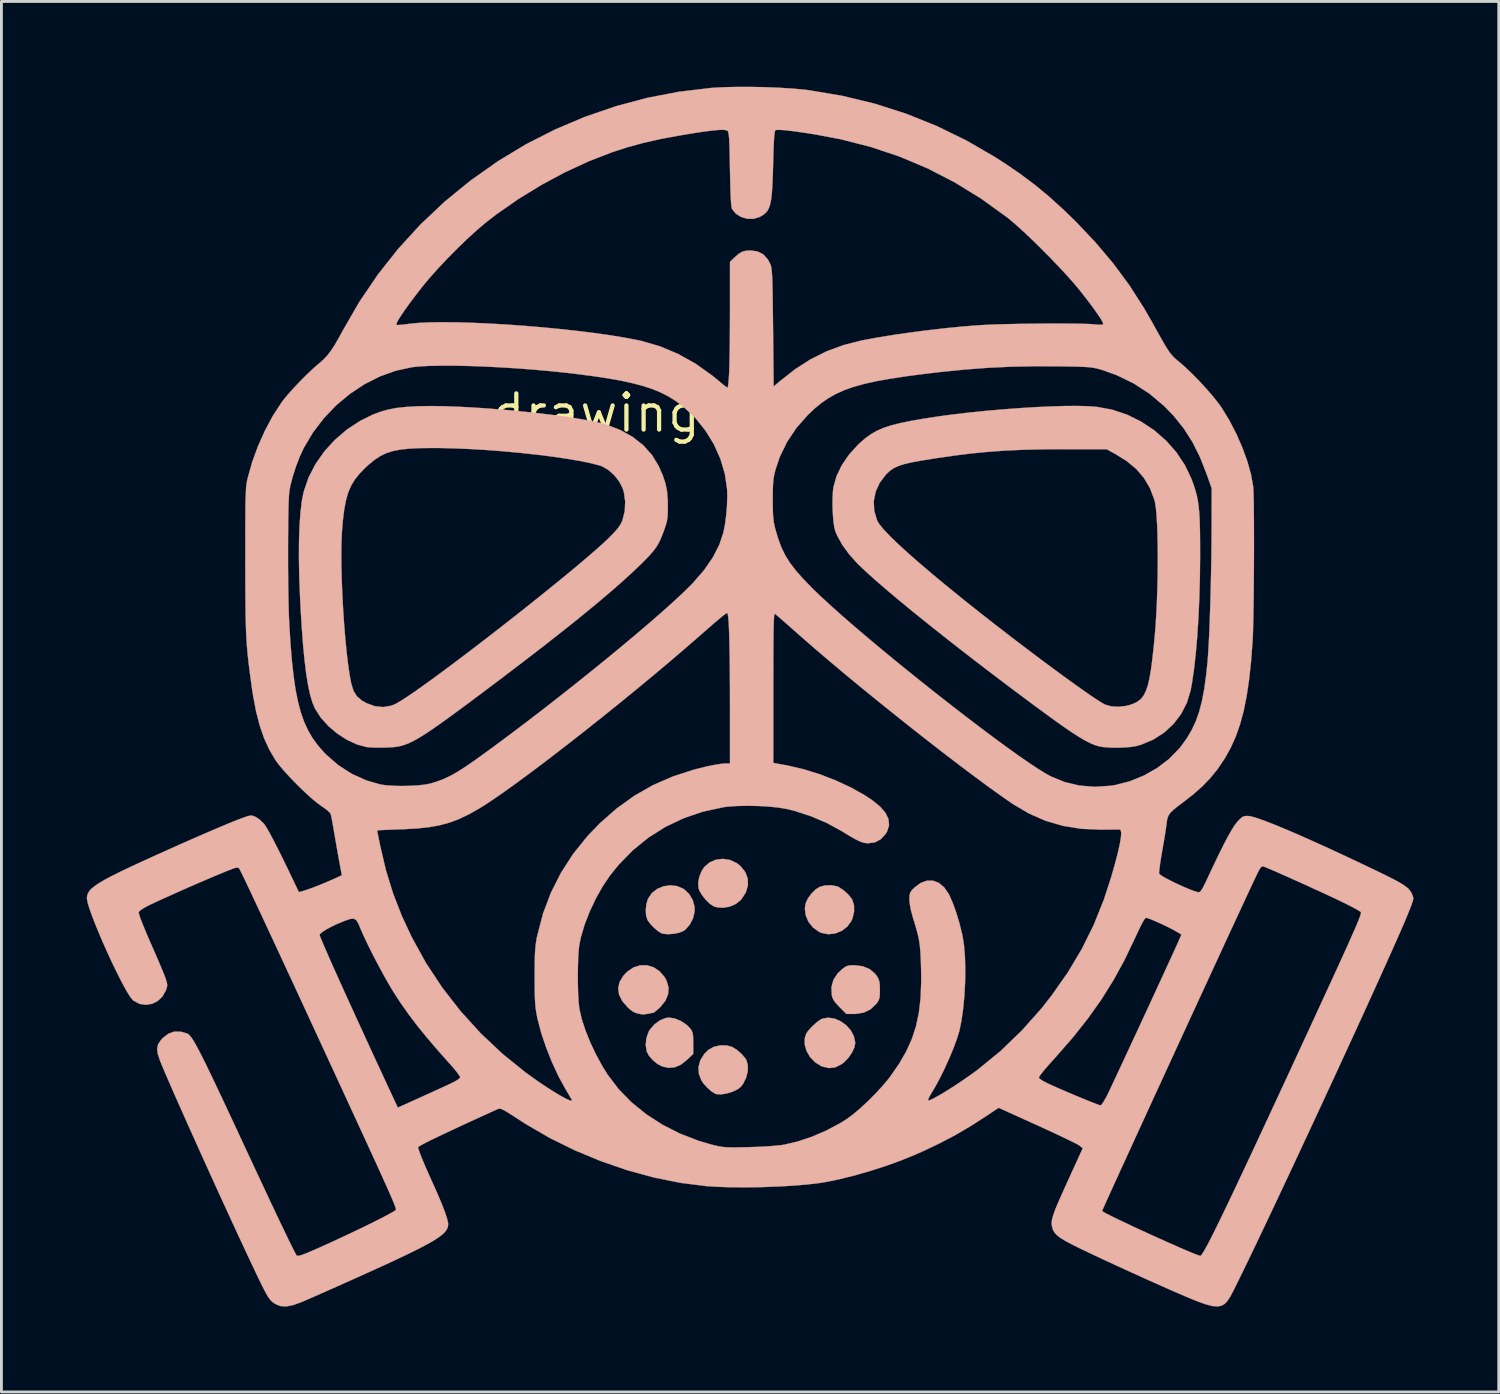
<source format=kicad_pcb>
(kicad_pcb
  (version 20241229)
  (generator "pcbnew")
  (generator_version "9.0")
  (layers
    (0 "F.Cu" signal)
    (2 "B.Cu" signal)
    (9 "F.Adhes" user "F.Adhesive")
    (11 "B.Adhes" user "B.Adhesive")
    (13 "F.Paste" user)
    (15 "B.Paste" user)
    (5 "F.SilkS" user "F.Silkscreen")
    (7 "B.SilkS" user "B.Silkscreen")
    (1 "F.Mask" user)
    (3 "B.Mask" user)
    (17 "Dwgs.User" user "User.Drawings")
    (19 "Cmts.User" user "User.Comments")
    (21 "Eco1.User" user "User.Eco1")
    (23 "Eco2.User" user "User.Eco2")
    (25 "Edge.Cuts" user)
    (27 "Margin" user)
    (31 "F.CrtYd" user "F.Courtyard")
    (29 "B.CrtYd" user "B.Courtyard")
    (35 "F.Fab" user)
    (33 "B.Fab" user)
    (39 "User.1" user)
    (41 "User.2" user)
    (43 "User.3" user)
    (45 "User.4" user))
  (footprint "drawing"
    (layer "F.Cu")
    (at 17.912 11.47)
    (property "Reference" "drawing" (at 0 0 0) (layer "F.SilkS") (effects (font (size 1.27 1.27) (thickness 0.15))))
    (attr through_hole)
    (fp_poly (pts (xy 4.699 15.711) (xy 4.932 15.818) (xy 5.074 15.93) (xy 5.238 16.137) (xy 5.324 16.366) (xy 5.33 16.607) (xy 5.257 16.851) (xy 5.105 17.088) (xy 5.081 17.116) (xy 4.907 17.257) (xy 4.689 17.351) (xy 4.452 17.392) (xy 4.225 17.372) (xy 4.125 17.339) (xy 3.994 17.253) (xy 3.852 17.116) (xy 3.722 16.954) (xy 3.626 16.793) (xy 3.596 16.713) (xy 3.581 16.524) (xy 3.62 16.308) (xy 3.703 16.099) (xy 3.798 15.956) (xy 3.985 15.795) (xy 4.209 15.7) (xy 4.452 15.672) (xy 4.699 15.711)) (stroke (width 0.01) (type solid)) (fill yes) (layer "B.SilkS"))
    (fp_poly (pts (xy 2.755 21.283) (xy 2.964 21.368) (xy 3.156 21.49) (xy 3.293 21.623) (xy 3.349 21.704) (xy 3.383 21.782) (xy 3.401 21.882) (xy 3.407 22.028) (xy 3.408 22.15) (xy 3.408 22.527) (xy 3.193 22.732) (xy 2.972 22.907) (xy 2.757 23.001) (xy 2.535 23.018) (xy 2.312 22.967) (xy 2.145 22.878) (xy 1.982 22.743) (xy 1.848 22.587) (xy 1.774 22.445) (xy 1.737 22.216) (xy 1.762 21.97) (xy 1.843 21.743) (xy 1.887 21.669) (xy 2.048 21.487) (xy 2.24 21.348) (xy 2.44 21.267) (xy 2.561 21.251) (xy 2.755 21.283)) (stroke (width 0.01) (type solid)) (fill yes) (layer "B.SilkS"))
    (fp_poly (pts (xy 8.455 16.636) (xy 8.522 16.663) (xy 8.69 16.773) (xy 8.853 16.921) (xy 8.978 17.077) (xy 9.004 17.121) (xy 9.061 17.309) (xy 9.062 17.53) (xy 9.01 17.755) (xy 8.967 17.855) (xy 8.819 18.057) (xy 8.623 18.206) (xy 8.395 18.296) (xy 8.153 18.321) (xy 7.916 18.275) (xy 7.832 18.238) (xy 7.619 18.086) (xy 7.459 17.887) (xy 7.361 17.657) (xy 7.332 17.413) (xy 7.363 17.223) (xy 7.442 17.057) (xy 7.568 16.887) (xy 7.718 16.742) (xy 7.862 16.652) (xy 8.049 16.605) (xy 8.261 16.6) (xy 8.455 16.636)) (stroke (width 0.01) (type solid)) (fill yes) (layer "B.SilkS"))
    (fp_poly (pts (xy 8.373 21.287) (xy 8.588 21.379) (xy 8.783 21.519) (xy 8.944 21.698) (xy 9.054 21.903) (xy 9.101 22.124) (xy 9.102 22.151) (xy 9.069 22.312) (xy 8.98 22.495) (xy 8.852 22.677) (xy 8.698 22.833) (xy 8.62 22.892) (xy 8.399 23.001) (xy 8.178 23.027) (xy 7.946 22.971) (xy 7.895 22.95) (xy 7.682 22.815) (xy 7.511 22.634) (xy 7.39 22.424) (xy 7.327 22.201) (xy 7.327 21.98) (xy 7.384 21.808) (xy 7.462 21.698) (xy 7.583 21.568) (xy 7.722 21.44) (xy 7.855 21.339) (xy 7.941 21.292) (xy 8.152 21.255) (xy 8.373 21.287)) (stroke (width 0.01) (type solid)) (fill yes) (layer "B.SilkS"))
    (fp_poly (pts (xy 4.775 22.283) (xy 4.788 22.289) (xy 4.955 22.397) (xy 5.117 22.539) (xy 5.242 22.689) (xy 5.274 22.741) (xy 5.327 22.925) (xy 5.323 23.142) (xy 5.266 23.368) (xy 5.162 23.578) (xy 5.086 23.679) (xy 4.965 23.773) (xy 4.794 23.855) (xy 4.599 23.916) (xy 4.407 23.949) (xy 4.247 23.947) (xy 4.191 23.932) (xy 4.055 23.851) (xy 3.906 23.721) (xy 3.769 23.57) (xy 3.697 23.465) (xy 3.606 23.232) (xy 3.593 22.99) (xy 3.657 22.752) (xy 3.794 22.531) (xy 3.949 22.379) (xy 4.13 22.28) (xy 4.35 22.229) (xy 4.576 22.229) (xy 4.775 22.283)) (stroke (width 0.01) (type solid)) (fill yes) (layer "B.SilkS"))
    (fp_poly (pts (xy 2.843 16.629) (xy 3.066 16.726) (xy 3.089 16.742) (xy 3.266 16.91) (xy 3.392 17.125) (xy 3.456 17.361) (xy 3.457 17.532) (xy 3.398 17.769) (xy 3.285 17.985) (xy 3.135 18.155) (xy 3.067 18.205) (xy 2.92 18.266) (xy 2.731 18.305) (xy 2.532 18.32) (xy 2.359 18.307) (xy 2.286 18.286) (xy 2.171 18.215) (xy 2.035 18.099) (xy 1.906 17.966) (xy 1.81 17.84) (xy 1.796 17.814) (xy 1.75 17.662) (xy 1.739 17.466) (xy 1.761 17.261) (xy 1.815 17.081) (xy 1.817 17.077) (xy 1.95 16.878) (xy 2.137 16.73) (xy 2.36 16.636) (xy 2.602 16.601) (xy 2.843 16.629)) (stroke (width 0.01) (type solid)) (fill yes) (layer "B.SilkS"))
    (fp_poly (pts (xy 1.79 19.414) (xy 2.021 19.486) (xy 2.229 19.627) (xy 2.403 19.832) (xy 2.472 19.957) (xy 2.54 20.191) (xy 2.525 20.427) (xy 2.429 20.658) (xy 2.255 20.878) (xy 2.204 20.926) (xy 2.103 21.013) (xy 2.027 21.07) (xy 2 21.083) (xy 1.941 21.092) (xy 1.837 21.113) (xy 1.82 21.117) (xy 1.695 21.136) (xy 1.592 21.136) (xy 1.587 21.135) (xy 1.424 21.101) (xy 1.305 21.052) (xy 1.19 20.969) (xy 1.116 20.903) (xy 0.917 20.678) (xy 0.801 20.449) (xy 0.769 20.22) (xy 0.821 19.994) (xy 0.957 19.774) (xy 1.092 19.634) (xy 1.313 19.485) (xy 1.55 19.413) (xy 1.79 19.414)) (stroke (width 0.01) (type solid)) (fill yes) (layer "B.SilkS"))
    (fp_poly (pts (xy 9.359 19.446) (xy 9.604 19.545) (xy 9.796 19.704) (xy 9.856 19.782) (xy 9.916 19.885) (xy 9.95 19.984) (xy 9.966 20.111) (xy 9.97 20.281) (xy 9.967 20.453) (xy 9.953 20.568) (xy 9.921 20.655) (xy 9.864 20.74) (xy 9.84 20.771) (xy 9.64 20.961) (xy 9.398 21.078) (xy 9.112 21.124) (xy 9.065 21.124) (xy 8.792 21.124) (xy 8.549 20.881) (xy 8.415 20.737) (xy 8.334 20.623) (xy 8.29 20.515) (xy 8.277 20.458) (xy 8.266 20.179) (xy 8.333 19.93) (xy 8.479 19.704) (xy 8.651 19.541) (xy 8.756 19.465) (xy 8.853 19.426) (xy 8.979 19.412) (xy 9.074 19.411) (xy 9.359 19.446)) (stroke (width 0.01) (type solid)) (fill yes) (layer "B.SilkS"))
    (fp_poly (pts (xy 17.278 -0.241) (xy 17.584 -0.219) (xy 17.601 -0.217) (xy 18.14 -0.117) (xy 18.661 0.058) (xy 19.156 0.303) (xy 19.616 0.609) (xy 20.031 0.971) (xy 20.393 1.381) (xy 20.693 1.832) (xy 20.916 2.302) (xy 20.992 2.505) (xy 21.054 2.694) (xy 21.105 2.879) (xy 21.145 3.07) (xy 21.175 3.28) (xy 21.197 3.518) (xy 21.212 3.796) (xy 21.221 4.123) (xy 21.225 4.512) (xy 21.226 4.973) (xy 21.226 5.059) (xy 21.218 5.794) (xy 21.198 6.511) (xy 21.167 7.2) (xy 21.126 7.85) (xy 21.074 8.452) (xy 21.013 8.996) (xy 20.943 9.473) (xy 20.891 9.758) (xy 20.76 10.187) (xy 20.557 10.581) (xy 20.289 10.932) (xy 19.962 11.233) (xy 19.584 11.476) (xy 19.162 11.655) (xy 18.988 11.705) (xy 18.8 11.737) (xy 18.56 11.757) (xy 18.297 11.765) (xy 18.038 11.759) (xy 17.81 11.74) (xy 17.653 11.711) (xy 17.534 11.674) (xy 17.406 11.623) (xy 17.265 11.555) (xy 17.103 11.467) (xy 16.917 11.354) (xy 16.7 11.212) (xy 16.447 11.04) (xy 16.153 10.831) (xy 15.811 10.584) (xy 15.417 10.294) (xy 14.965 9.958) (xy 14.668 9.736) (xy 14.017 9.245) (xy 13.382 8.76) (xy 12.768 8.285) (xy 12.179 7.823) (xy 11.622 7.38) (xy 11.102 6.96) (xy 10.624 6.566) (xy 10.192 6.203) (xy 9.813 5.875) (xy 9.492 5.587) (xy 9.233 5.342) (xy 9.184 5.294) (xy 8.892 4.97) (xy 8.648 4.634) (xy 8.466 4.305) (xy 8.401 4.149) (xy 8.364 3.996) (xy 8.334 3.781) (xy 8.314 3.527) (xy 8.304 3.256) (xy 8.305 3.097) (xy 9.754 3.097) (xy 9.77 3.434) (xy 9.869 3.77) (xy 9.872 3.777) (xy 9.954 3.912) (xy 10.103 4.094) (xy 10.318 4.32) (xy 10.596 4.591) (xy 10.936 4.903) (xy 11.336 5.254) (xy 11.794 5.645) (xy 12.308 6.071) (xy 12.876 6.532) (xy 13.102 6.713) (xy 13.511 7.038) (xy 13.935 7.37) (xy 14.368 7.705) (xy 14.803 8.039) (xy 15.234 8.366) (xy 15.655 8.682) (xy 16.059 8.982) (xy 16.44 9.262) (xy 16.793 9.517) (xy 17.109 9.742) (xy 17.384 9.933) (xy 17.611 10.085) (xy 17.783 10.193) (xy 17.886 10.249) (xy 18.096 10.31) (xy 18.349 10.326) (xy 18.616 10.296) (xy 18.744 10.265) (xy 18.9 10.21) (xy 19.032 10.141) (xy 19.144 10.051) (xy 19.239 9.931) (xy 19.319 9.774) (xy 19.388 9.574) (xy 19.447 9.322) (xy 19.5 9.012) (xy 19.549 8.635) (xy 19.598 8.185) (xy 19.622 7.938) (xy 19.657 7.529) (xy 19.685 7.088) (xy 19.707 6.625) (xy 19.724 6.15) (xy 19.734 5.673) (xy 19.738 5.205) (xy 19.737 4.754) (xy 19.729 4.333) (xy 19.716 3.949) (xy 19.696 3.614) (xy 19.671 3.338) (xy 19.639 3.131) (xy 19.619 3.048) (xy 19.463 2.64) (xy 19.253 2.283) (xy 18.983 1.968) (xy 18.644 1.687) (xy 18.248 1.441) (xy 17.938 1.27) (xy 16.411 1.27) (xy 15.677 1.275) (xy 15.007 1.291) (xy 14.381 1.32) (xy 13.778 1.363) (xy 13.179 1.421) (xy 12.563 1.498) (xy 11.91 1.593) (xy 11.429 1.671) (xy 11.097 1.731) (xy 10.835 1.791) (xy 10.628 1.857) (xy 10.463 1.933) (xy 10.325 2.027) (xy 10.2 2.143) (xy 10.187 2.158) (xy 9.963 2.451) (xy 9.819 2.767) (xy 9.754 3.097) (xy 8.305 3.097) (xy 8.305 2.991) (xy 8.318 2.754) (xy 8.337 2.603) (xy 8.444 2.219) (xy 8.629 1.835) (xy 8.885 1.461) (xy 9.208 1.106) (xy 9.27 1.047) (xy 9.461 0.882) (xy 9.655 0.742) (xy 9.862 0.624) (xy 10.096 0.522) (xy 10.367 0.433) (xy 10.687 0.352) (xy 11.068 0.274) (xy 11.52 0.195) (xy 12.026 0.118) (xy 12.569 0.046) (xy 13.136 -0.02) (xy 13.717 -0.079) (xy 14.302 -0.13) (xy 14.879 -0.173) (xy 15.439 -0.208) (xy 15.969 -0.232) (xy 16.459 -0.247) (xy 16.899 -0.25) (xy 17.278 -0.241)) (stroke (width 0.01) (type solid)) (fill yes) (layer "B.SilkS"))
    (fp_poly (pts (xy -5.404 -0.241) (xy -4.904 -0.224) (xy -4.37 -0.197) (xy -3.816 -0.16) (xy -3.25 -0.115) (xy -2.684 -0.063) (xy -2.128 -0.004) (xy -1.594 0.059) (xy -1.092 0.127) (xy -0.633 0.198) (xy -0.227 0.271) (xy 0.115 0.344) (xy 0.36 0.411) (xy 0.851 0.601) (xy 1.284 0.843) (xy 1.653 1.135) (xy 1.956 1.474) (xy 2.189 1.855) (xy 2.194 1.866) (xy 2.335 2.185) (xy 2.43 2.47) (xy 2.487 2.753) (xy 2.512 3.067) (xy 2.515 3.26) (xy 2.514 3.484) (xy 2.504 3.653) (xy 2.483 3.794) (xy 2.445 3.937) (xy 2.386 4.11) (xy 2.383 4.119) (xy 2.297 4.346) (xy 2.213 4.533) (xy 2.118 4.698) (xy 2 4.857) (xy 1.848 5.03) (xy 1.648 5.234) (xy 1.558 5.323) (xy 1.223 5.641) (xy 0.845 5.984) (xy 0.42 6.353) (xy -0.054 6.753) (xy -0.581 7.184) (xy -1.163 7.65) (xy -1.805 8.154) (xy -2.508 8.696) (xy -3.277 9.282) (xy -3.916 9.763) (xy -4.401 10.126) (xy -4.825 10.441) (xy -5.193 10.71) (xy -5.512 10.939) (xy -5.787 11.13) (xy -6.023 11.287) (xy -6.227 11.413) (xy -6.404 11.514) (xy -6.56 11.591) (xy -6.7 11.649) (xy -6.83 11.691) (xy -6.956 11.721) (xy -6.98 11.726) (xy -7.134 11.745) (xy -7.341 11.757) (xy -7.572 11.762) (xy -7.799 11.76) (xy -7.99 11.75) (xy -8.086 11.739) (xy -8.427 11.645) (xy -8.775 11.482) (xy -9.111 11.264) (xy -9.419 11.003) (xy -9.681 10.712) (xy -9.88 10.405) (xy -9.901 10.365) (xy -9.986 10.154) (xy -10.064 9.884) (xy -10.135 9.552) (xy -10.199 9.155) (xy -10.256 8.689) (xy -10.308 8.151) (xy -10.354 7.537) (xy -10.396 6.843) (xy -10.413 6.498) (xy -10.442 5.771) (xy -10.454 5.1) (xy -10.453 4.899) (xy -8.964 4.899) (xy -8.961 5.359) (xy -8.949 5.854) (xy -8.928 6.371) (xy -8.9 6.896) (xy -8.865 7.418) (xy -8.824 7.922) (xy -8.778 8.395) (xy -8.727 8.824) (xy -8.673 9.196) (xy -8.617 9.498) (xy -8.611 9.523) (xy -8.533 9.769) (xy -8.417 9.955) (xy -8.246 10.104) (xy -8.079 10.199) (xy -7.783 10.306) (xy -7.488 10.336) (xy -7.205 10.287) (xy -7.044 10.219) (xy -6.868 10.116) (xy -6.632 9.963) (xy -6.344 9.766) (xy -6.011 9.529) (xy -5.637 9.258) (xy -5.23 8.957) (xy -4.796 8.632) (xy -4.342 8.287) (xy -3.873 7.927) (xy -3.396 7.557) (xy -2.917 7.183) (xy -2.442 6.808) (xy -1.979 6.438) (xy -1.533 6.078) (xy -1.11 5.733) (xy -0.717 5.408) (xy -0.361 5.107) (xy -0.047 4.836) (xy 0.219 4.6) (xy 0.429 4.403) (xy 0.469 4.362) (xy 0.643 4.183) (xy 0.765 4.041) (xy 0.85 3.916) (xy 0.911 3.79) (xy 0.924 3.755) (xy 1 3.447) (xy 1.016 3.113) (xy 0.971 2.788) (xy 0.924 2.637) (xy 0.804 2.404) (xy 0.631 2.185) (xy 0.426 2.003) (xy 0.209 1.875) (xy 0.128 1.846) (xy -0.189 1.764) (xy -0.578 1.684) (xy -1.03 1.607) (xy -1.532 1.533) (xy -2.074 1.465) (xy -2.643 1.403) (xy -3.229 1.348) (xy -3.821 1.302) (xy -4.406 1.266) (xy -4.973 1.242) (xy -5.512 1.229) (xy -5.736 1.228) (xy -6.185 1.233) (xy -6.562 1.25) (xy -6.879 1.283) (xy -7.148 1.335) (xy -7.383 1.41) (xy -7.595 1.513) (xy -7.795 1.645) (xy -7.998 1.811) (xy -8.131 1.934) (xy -8.33 2.139) (xy -8.492 2.343) (xy -8.622 2.559) (xy -8.724 2.8) (xy -8.803 3.078) (xy -8.864 3.405) (xy -8.911 3.795) (xy -8.94 4.137) (xy -8.957 4.487) (xy -8.964 4.899) (xy -10.453 4.899) (xy -10.451 4.49) (xy -10.432 3.947) (xy -10.397 3.473) (xy -10.348 3.074) (xy -10.286 2.766) (xy -10.117 2.271) (xy -9.873 1.797) (xy -9.561 1.35) (xy -9.189 0.942) (xy -8.765 0.579) (xy -8.297 0.273) (xy -7.862 0.058) (xy -7.591 -0.045) (xy -7.321 -0.122) (xy -7.033 -0.177) (xy -6.704 -0.214) (xy -6.315 -0.237) (xy -6.265 -0.239) (xy -5.862 -0.246) (xy -5.404 -0.241)) (stroke (width 0.01) (type solid)) (fill yes) (layer "B.SilkS"))
    (fp_poly (pts (xy 5.423 -11.465) (xy 5.918 -11.456) (xy 6.405 -11.437) (xy 6.863 -11.409) (xy 7.271 -11.373) (xy 7.478 -11.348) (xy 8.65 -11.15) (xy 9.786 -10.876) (xy 10.89 -10.523) (xy 11.963 -10.092) (xy 13.009 -9.582) (xy 14.029 -8.991) (xy 14.362 -8.776) (xy 14.91 -8.402) (xy 15.416 -8.022) (xy 15.902 -7.621) (xy 16.391 -7.18) (xy 16.852 -6.733) (xy 17.549 -5.998) (xy 18.175 -5.256) (xy 18.74 -4.49) (xy 19.256 -3.685) (xy 19.54 -3.191) (xy 19.718 -2.869) (xy 19.862 -2.612) (xy 19.979 -2.41) (xy 20.074 -2.254) (xy 20.155 -2.134) (xy 20.228 -2.04) (xy 20.299 -1.963) (xy 20.375 -1.893) (xy 20.463 -1.82) (xy 20.481 -1.806) (xy 20.693 -1.623) (xy 20.935 -1.392) (xy 21.19 -1.132) (xy 21.442 -0.859) (xy 21.673 -0.592) (xy 21.867 -0.349) (xy 21.977 -0.196) (xy 22.248 0.246) (xy 22.494 0.72) (xy 22.709 1.208) (xy 22.885 1.692) (xy 23.014 2.154) (xy 23.091 2.576) (xy 23.092 2.593) (xy 23.1 2.707) (xy 23.106 2.896) (xy 23.112 3.151) (xy 23.115 3.46) (xy 23.118 3.815) (xy 23.119 4.206) (xy 23.12 4.623) (xy 23.119 5.057) (xy 23.117 5.496) (xy 23.114 5.932) (xy 23.11 6.356) (xy 23.105 6.756) (xy 23.099 7.123) (xy 23.092 7.449) (xy 23.085 7.721) (xy 23.076 7.932) (xy 23.072 8.001) (xy 23.018 8.724) (xy 22.948 9.371) (xy 22.862 9.951) (xy 22.757 10.473) (xy 22.63 10.943) (xy 22.479 11.372) (xy 22.302 11.766) (xy 22.097 12.134) (xy 21.862 12.485) (xy 21.816 12.546) (xy 21.57 12.848) (xy 21.295 13.131) (xy 20.974 13.414) (xy 20.638 13.675) (xy 20.43 13.832) (xy 20.28 13.955) (xy 20.178 14.055) (xy 20.114 14.148) (xy 20.077 14.245) (xy 20.056 14.361) (xy 20.05 14.415) (xy 20.033 14.542) (xy 20.004 14.733) (xy 19.967 14.967) (xy 19.923 15.223) (xy 19.892 15.401) (xy 19.851 15.642) (xy 19.818 15.857) (xy 19.795 16.031) (xy 19.784 16.149) (xy 19.785 16.193) (xy 19.834 16.239) (xy 19.946 16.31) (xy 20.105 16.396) (xy 20.296 16.492) (xy 20.502 16.589) (xy 20.707 16.681) (xy 20.897 16.759) (xy 21.054 16.817) (xy 21.164 16.846) (xy 21.188 16.849) (xy 21.244 16.808) (xy 21.322 16.69) (xy 21.421 16.494) (xy 21.428 16.478) (xy 21.666 15.97) (xy 21.874 15.536) (xy 22.054 15.174) (xy 22.208 14.88) (xy 22.338 14.651) (xy 22.445 14.482) (xy 22.531 14.372) (xy 22.64 14.258) (xy 22.722 14.194) (xy 22.802 14.168) (xy 22.906 14.163) (xy 22.908 14.163) (xy 23.034 14.183) (xy 23.231 14.241) (xy 23.497 14.335) (xy 23.828 14.464) (xy 24.22 14.625) (xy 24.67 14.818) (xy 25.174 15.042) (xy 25.73 15.294) (xy 26.333 15.574) (xy 26.966 15.873) (xy 27.363 16.062) (xy 27.691 16.221) (xy 27.956 16.353) (xy 28.167 16.464) (xy 28.33 16.559) (xy 28.453 16.642) (xy 28.544 16.718) (xy 28.609 16.793) (xy 28.657 16.871) (xy 28.693 16.956) (xy 28.72 17.033) (xy 28.72 17.074) (xy 28.703 17.148) (xy 28.668 17.258) (xy 28.611 17.409) (xy 28.533 17.605) (xy 28.43 17.85) (xy 28.302 18.148) (xy 28.146 18.502) (xy 27.961 18.918) (xy 27.745 19.399) (xy 27.497 19.948) (xy 27.242 20.511) (xy 26.95 21.151) (xy 26.648 21.81) (xy 26.339 22.483) (xy 26.025 23.165) (xy 25.708 23.85) (xy 25.391 24.534) (xy 25.076 25.211) (xy 24.766 25.877) (xy 24.463 26.525) (xy 24.169 27.152) (xy 23.887 27.751) (xy 23.619 28.318) (xy 23.367 28.848) (xy 23.135 29.335) (xy 22.924 29.775) (xy 22.736 30.162) (xy 22.575 30.491) (xy 22.443 30.758) (xy 22.342 30.956) (xy 22.288 31.056) (xy 22.191 31.208) (xy 22.088 31.317) (xy 21.97 31.383) (xy 21.825 31.407) (xy 21.645 31.39) (xy 21.42 31.33) (xy 21.138 31.23) (xy 20.828 31.104) (xy 20.511 30.968) (xy 20.134 30.803) (xy 19.713 30.616) (xy 19.262 30.414) (xy 18.799 30.204) (xy 18.338 29.993) (xy 17.896 29.789) (xy 17.489 29.598) (xy 17.132 29.428) (xy 17.039 29.384) (xy 16.734 29.233) (xy 16.498 29.107) (xy 16.321 29) (xy 16.195 28.903) (xy 16.109 28.81) (xy 16.054 28.713) (xy 16.022 28.605) (xy 16.018 28.586) (xy 16.008 28.508) (xy 16.01 28.425) (xy 16.025 28.328) (xy 16.059 28.208) (xy 16.112 28.055) (xy 16.114 28.05) (xy 17.78 28.05) (xy 17.817 28.079) (xy 17.923 28.138) (xy 18.087 28.221) (xy 18.3 28.326) (xy 18.553 28.446) (xy 18.836 28.58) (xy 19.139 28.721) (xy 19.454 28.865) (xy 19.771 29.009) (xy 20.08 29.148) (xy 20.372 29.277) (xy 20.637 29.393) (xy 20.866 29.49) (xy 21.05 29.565) (xy 21.178 29.613) (xy 21.241 29.63) (xy 21.275 29.595) (xy 21.34 29.496) (xy 21.428 29.345) (xy 21.531 29.153) (xy 21.632 28.957) (xy 21.756 28.708) (xy 21.892 28.429) (xy 22.043 28.118) (xy 22.21 27.771) (xy 22.394 27.385) (xy 22.597 26.956) (xy 22.82 26.481) (xy 23.066 25.957) (xy 23.335 25.38) (xy 23.63 24.746) (xy 23.952 24.053) (xy 24.303 23.297) (xy 24.683 22.474) (xy 25.096 21.581) (xy 25.541 20.614) (xy 25.576 20.539) (xy 25.835 19.977) (xy 26.06 19.487) (xy 26.252 19.064) (xy 26.415 18.705) (xy 26.55 18.403) (xy 26.659 18.156) (xy 26.744 17.957) (xy 26.806 17.803) (xy 26.849 17.69) (xy 26.874 17.611) (xy 26.882 17.563) (xy 26.878 17.543) (xy 26.824 17.504) (xy 26.708 17.437) (xy 26.544 17.349) (xy 26.345 17.248) (xy 26.213 17.183) (xy 26.027 17.093) (xy 25.794 16.984) (xy 25.528 16.861) (xy 25.238 16.728) (xy 24.937 16.59) (xy 24.635 16.454) (xy 24.345 16.323) (xy 24.076 16.204) (xy 23.842 16.101) (xy 23.652 16.019) (xy 23.519 15.963) (xy 23.46 15.941) (xy 23.419 15.935) (xy 23.381 15.952) (xy 23.337 16.004) (xy 23.28 16.102) (xy 23.203 16.259) (xy 23.13 16.412) (xy 23.026 16.635) (xy 22.894 16.917) (xy 22.739 17.251) (xy 22.561 17.634) (xy 22.364 18.06) (xy 22.149 18.523) (xy 21.92 19.02) (xy 21.678 19.544) (xy 21.426 20.091) (xy 21.166 20.655) (xy 20.9 21.232) (xy 20.631 21.817) (xy 20.361 22.404) (xy 20.092 22.988) (xy 19.827 23.565) (xy 19.568 24.128) (xy 19.318 24.674) (xy 19.078 25.197) (xy 18.851 25.692) (xy 18.64 26.154) (xy 18.446 26.577) (xy 18.273 26.957) (xy 18.122 27.289) (xy 17.995 27.568) (xy 17.895 27.788) (xy 17.825 27.945) (xy 17.787 28.033) (xy 17.78 28.05) (xy 16.114 28.05) (xy 16.19 27.861) (xy 16.295 27.618) (xy 16.43 27.316) (xy 16.594 26.955) (xy 17.1 25.845) (xy 16.99 25.754) (xy 16.926 25.715) (xy 16.795 25.647) (xy 16.605 25.553) (xy 16.368 25.439) (xy 16.092 25.309) (xy 15.786 25.168) (xy 15.511 25.042) (xy 14.144 24.422) (xy 13.708 24.713) (xy 13.163 25.064) (xy 12.631 25.376) (xy 12.085 25.664) (xy 11.496 25.944) (xy 11.197 26.076) (xy 10.712 26.274) (xy 10.186 26.464) (xy 9.64 26.64) (xy 9.094 26.797) (xy 8.569 26.929) (xy 8.085 27.029) (xy 7.815 27.072) (xy 7.389 27.121) (xy 6.9 27.161) (xy 6.369 27.191) (xy 5.818 27.211) (xy 5.267 27.219) (xy 4.739 27.216) (xy 4.253 27.201) (xy 3.873 27.176) (xy 2.964 27.062) (xy 2.033 26.875) (xy 1.095 26.619) (xy 0.163 26.298) (xy -0.751 25.919) (xy -1.634 25.484) (xy -2.473 24.998) (xy -2.719 24.84) (xy -2.948 24.691) (xy -3.119 24.582) (xy -3.241 24.511) (xy -3.327 24.469) (xy -3.388 24.453) (xy -3.435 24.456) (xy -3.468 24.469) (xy -4.032 24.725) (xy -4.539 24.957) (xy -4.985 25.165) (xy -5.37 25.345) (xy -5.689 25.498) (xy -5.941 25.622) (xy -6.123 25.716) (xy -6.231 25.778) (xy -6.265 25.807) (xy -6.248 25.885) (xy -6.197 26.029) (xy -6.117 26.232) (xy -6.011 26.484) (xy -5.883 26.775) (xy -5.778 27.009) (xy -5.59 27.428) (xy -5.439 27.786) (xy -5.324 28.081) (xy -5.248 28.308) (xy -5.211 28.465) (xy -5.207 28.509) (xy -5.214 28.589) (xy -5.239 28.667) (xy -5.286 28.746) (xy -5.36 28.83) (xy -5.465 28.92) (xy -5.606 29.02) (xy -5.786 29.131) (xy -6.012 29.256) (xy -6.286 29.398) (xy -6.614 29.56) (xy -7 29.743) (xy -7.449 29.952) (xy -7.965 30.187) (xy -8.552 30.452) (xy -8.803 30.564) (xy -9.123 30.707) (xy -9.436 30.846) (xy -9.728 30.976) (xy -9.988 31.09) (xy -10.2 31.182) (xy -10.353 31.248) (xy -10.387 31.262) (xy -10.671 31.362) (xy -10.905 31.406) (xy -11.1 31.393) (xy -11.239 31.341) (xy -11.33 31.289) (xy -11.407 31.23) (xy -11.478 31.154) (xy -11.551 31.047) (xy -11.635 30.899) (xy -11.738 30.698) (xy -11.865 30.438) (xy -12.027 30.099) (xy -12.211 29.709) (xy -12.413 29.276) (xy -12.631 28.808) (xy -12.86 28.312) (xy -13.097 27.795) (xy -13.34 27.265) (xy -13.583 26.729) (xy -13.825 26.196) (xy -14.061 25.672) (xy -14.289 25.165) (xy -14.504 24.683) (xy -14.704 24.234) (xy -14.885 23.824) (xy -15.043 23.461) (xy -15.176 23.153) (xy -15.279 22.908) (xy -15.344 22.747) (xy -15.418 22.52) (xy -15.439 22.34) (xy -15.402 22.187) (xy -15.306 22.042) (xy -15.24 21.971) (xy -15.042 21.817) (xy -14.832 21.744) (xy -14.598 21.749) (xy -14.389 21.808) (xy -14.35 21.828) (xy -14.307 21.865) (xy -14.258 21.922) (xy -14.2 22.003) (xy -14.131 22.114) (xy -14.05 22.258) (xy -13.953 22.439) (xy -13.839 22.663) (xy -13.705 22.934) (xy -13.55 23.255) (xy -13.37 23.632) (xy -13.164 24.068) (xy -12.929 24.569) (xy -12.663 25.138) (xy -12.384 25.739) (xy -12.046 26.463) (xy -11.742 27.113) (xy -11.472 27.689) (xy -11.235 28.192) (xy -11.031 28.619) (xy -10.862 28.971) (xy -10.727 29.248) (xy -10.626 29.449) (xy -10.559 29.573) (xy -10.53 29.619) (xy -10.494 29.63) (xy -10.425 29.619) (xy -10.314 29.583) (xy -10.15 29.519) (xy -9.927 29.423) (xy -9.694 29.32) (xy -9.345 29.162) (xy -8.992 28.999) (xy -8.643 28.835) (xy -8.307 28.675) (xy -7.994 28.522) (xy -7.711 28.381) (xy -7.467 28.257) (xy -7.271 28.152) (xy -7.131 28.073) (xy -7.056 28.022) (xy -7.045 28.01) (xy -7.043 27.995) (xy -7.047 27.969) (xy -7.058 27.929) (xy -7.078 27.87) (xy -7.109 27.79) (xy -7.152 27.684) (xy -7.211 27.548) (xy -7.285 27.379) (xy -7.377 27.172) (xy -7.489 26.925) (xy -7.622 26.632) (xy -7.778 26.289) (xy -7.959 25.895) (xy -8.166 25.443) (xy -8.402 24.931) (xy -8.668 24.354) (xy -8.965 23.709) (xy -9.296 22.991) (xy -9.367 22.839) (xy -9.809 21.881) (xy -10.216 21) (xy -10.589 20.193) (xy -10.929 19.461) (xy -11.234 18.802) (xy -11.449 18.34) (xy -9.728 18.34) (xy -9.713 18.391) (xy -9.665 18.513) (xy -9.585 18.702) (xy -9.476 18.953) (xy -9.341 19.26) (xy -9.181 19.619) (xy -8.999 20.024) (xy -8.797 20.47) (xy -8.577 20.953) (xy -8.342 21.467) (xy -8.094 22.007) (xy -7.836 22.569) (xy -7.568 23.146) (xy -7.453 23.395) (xy -6.978 24.417) (xy -6.251 24.089) (xy -5.99 23.97) (xy -5.725 23.85) (xy -5.478 23.737) (xy -5.27 23.642) (xy -5.154 23.588) (xy -4.962 23.492) (xy -4.837 23.413) (xy -4.785 23.356) (xy -4.784 23.349) (xy -4.811 23.294) (xy -4.885 23.191) (xy -4.994 23.055) (xy -5.128 22.901) (xy -5.133 22.896) (xy -5.575 22.398) (xy -5.962 21.945) (xy -6.302 21.526) (xy -6.602 21.13) (xy -6.872 20.747) (xy -7.12 20.365) (xy -7.247 20.156) (xy -7.402 19.887) (xy -7.57 19.582) (xy -7.742 19.258) (xy -7.909 18.934) (xy -8.06 18.628) (xy -8.188 18.356) (xy -8.284 18.137) (xy -8.294 18.111) (xy -8.371 17.931) (xy -8.442 17.821) (xy -8.525 17.774) (xy -8.641 17.782) (xy -8.807 17.837) (xy -8.875 17.862) (xy -9.107 17.959) (xy -9.322 18.061) (xy -9.504 18.16) (xy -9.64 18.248) (xy -9.717 18.318) (xy -9.728 18.34) (xy -11.449 18.34) (xy -11.507 18.216) (xy -11.747 17.7) (xy -11.955 17.256) (xy -12.131 16.881) (xy -12.276 16.574) (xy -12.39 16.336) (xy -12.474 16.164) (xy -12.527 16.058) (xy -12.549 16.019) (xy -12.577 15.99) (xy -12.615 15.978) (xy -12.678 15.987) (xy -12.78 16.019) (xy -12.935 16.079) (xy -13.107 16.148) (xy -13.352 16.25) (xy -13.641 16.372) (xy -13.96 16.509) (xy -14.295 16.655) (xy -14.63 16.803) (xy -14.952 16.947) (xy -15.246 17.08) (xy -15.498 17.195) (xy -15.693 17.287) (xy -15.759 17.32) (xy -15.911 17.403) (xy -16.025 17.479) (xy -16.083 17.534) (xy -16.087 17.547) (xy -16.072 17.625) (xy -16.026 17.764) (xy -15.947 17.967) (xy -15.836 18.238) (xy -15.689 18.58) (xy -15.548 18.902) (xy -15.438 19.154) (xy -15.335 19.396) (xy -15.245 19.61) (xy -15.177 19.781) (xy -15.137 19.889) (xy -15.095 20.025) (xy -15.083 20.119) (xy -15.1 20.209) (xy -15.132 20.3) (xy -15.252 20.513) (xy -15.42 20.67) (xy -15.621 20.769) (xy -15.837 20.803) (xy -16.055 20.77) (xy -16.259 20.663) (xy -16.288 20.639) (xy -16.367 20.548) (xy -16.47 20.388) (xy -16.594 20.17) (xy -16.734 19.906) (xy -16.884 19.606) (xy -17.04 19.281) (xy -17.196 18.942) (xy -17.349 18.599) (xy -17.492 18.263) (xy -17.622 17.946) (xy -17.734 17.658) (xy -17.821 17.409) (xy -17.88 17.211) (xy -17.906 17.075) (xy -17.907 17.056) (xy -17.899 16.971) (xy -17.873 16.888) (xy -17.823 16.805) (xy -17.744 16.719) (xy -17.631 16.626) (xy -17.479 16.523) (xy -17.283 16.408) (xy -17.038 16.277) (xy -16.737 16.127) (xy -16.378 15.956) (xy -15.953 15.759) (xy -15.459 15.534) (xy -15.134 15.388) (xy -14.625 15.16) (xy -14.146 14.949) (xy -13.705 14.757) (xy -13.309 14.588) (xy -12.966 14.443) (xy -12.681 14.328) (xy -12.463 14.244) (xy -12.393 14.218) (xy -12.249 14.17) (xy -12.155 14.149) (xy -12.083 14.155) (xy -12.002 14.186) (xy -11.965 14.203) (xy -11.844 14.283) (xy -11.717 14.402) (xy -11.656 14.474) (xy -11.584 14.586) (xy -11.48 14.769) (xy -11.347 15.019) (xy -11.188 15.33) (xy -11.006 15.697) (xy -10.803 16.115) (xy -10.611 16.517) (xy -10.456 16.842) (xy -10.298 16.798) (xy -10.141 16.748) (xy -9.93 16.671) (xy -9.689 16.576) (xy -9.44 16.472) (xy -9.224 16.377) (xy -8.945 16.249) (xy -9.025 15.819) (xy -9.063 15.608) (xy -9.11 15.346) (xy -9.159 15.065) (xy -9.205 14.797) (xy -9.208 14.78) (xy -9.227 14.672) (xy -7.705 14.672) (xy -7.697 14.716) (xy -7.675 14.826) (xy -7.643 14.988) (xy -7.603 15.184) (xy -7.597 15.214) (xy -7.397 16.066) (xy -7.148 16.875) (xy -6.841 17.667) (xy -6.49 18.421) (xy -5.988 19.331) (xy -5.413 20.202) (xy -4.77 21.028) (xy -4.063 21.805) (xy -3.296 22.528) (xy -2.473 23.191) (xy -1.99 23.535) (xy -1.711 23.72) (xy -1.461 23.878) (xy -1.244 24.007) (xy -1.068 24.102) (xy -0.94 24.16) (xy -0.867 24.178) (xy -0.855 24.151) (xy -0.859 24.141) (xy -0.888 24.093) (xy -0.949 23.989) (xy -1.033 23.848) (xy -1.094 23.746) (xy -1.334 23.305) (xy -1.561 22.813) (xy -1.766 22.297) (xy -1.938 21.785) (xy -2.064 21.304) (xy -2.079 21.236) (xy -2.108 21.08) (xy -2.131 20.929) (xy -2.147 20.766) (xy -2.158 20.577) (xy -2.164 20.345) (xy -2.167 20.055) (xy -2.167 19.812) (xy -2.167 19.789) (xy -0.65 19.789) (xy -0.647 20.119) (xy -0.638 20.429) (xy -0.622 20.699) (xy -0.6 20.909) (xy -0.597 20.932) (xy -0.515 21.292) (xy -0.384 21.696) (xy -0.212 22.124) (xy -0.007 22.557) (xy 0.223 22.977) (xy 0.405 23.268) (xy 0.788 23.77) (xy 1.241 24.232) (xy 1.756 24.65) (xy 2.326 25.018) (xy 2.943 25.331) (xy 3.6 25.584) (xy 4 25.702) (xy 4.16 25.744) (xy 4.293 25.774) (xy 4.415 25.795) (xy 4.543 25.808) (xy 4.694 25.814) (xy 4.886 25.815) (xy 5.134 25.811) (xy 5.334 25.807) (xy 5.68 25.796) (xy 6.005 25.779) (xy 6.292 25.757) (xy 6.521 25.732) (xy 6.597 25.72) (xy 7.082 25.608) (xy 7.592 25.436) (xy 8.102 25.215) (xy 8.588 24.954) (xy 8.782 24.833) (xy 9.01 24.667) (xy 9.271 24.448) (xy 9.546 24.194) (xy 9.818 23.921) (xy 10.071 23.646) (xy 10.288 23.385) (xy 10.333 23.325) (xy 10.642 22.88) (xy 10.893 22.446) (xy 11.091 22.009) (xy 11.239 21.556) (xy 11.341 21.074) (xy 11.401 20.549) (xy 11.422 19.967) (xy 11.418 19.566) (xy 11.408 19.235) (xy 11.395 18.969) (xy 11.376 18.745) (xy 11.348 18.545) (xy 11.307 18.347) (xy 11.25 18.131) (xy 11.174 17.876) (xy 11.132 17.739) (xy 11.059 17.471) (xy 11.016 17.233) (xy 11.007 17.095) (xy 11.011 16.952) (xy 11.035 16.857) (xy 11.093 16.773) (xy 11.184 16.682) (xy 11.401 16.519) (xy 11.622 16.438) (xy 11.838 16.438) (xy 12.044 16.518) (xy 12.23 16.675) (xy 12.391 16.909) (xy 12.407 16.94) (xy 12.53 17.218) (xy 12.652 17.556) (xy 12.765 17.932) (xy 12.861 18.321) (xy 12.876 18.387) (xy 12.927 18.719) (xy 12.959 19.113) (xy 12.971 19.551) (xy 12.965 20.013) (xy 12.94 20.479) (xy 12.898 20.931) (xy 12.839 21.349) (xy 12.764 21.714) (xy 12.759 21.733) (xy 12.679 21.995) (xy 12.564 22.307) (xy 12.422 22.65) (xy 12.263 23.003) (xy 12.097 23.345) (xy 11.931 23.656) (xy 11.786 23.9) (xy 11.713 24.023) (xy 11.669 24.118) (xy 11.662 24.164) (xy 11.713 24.159) (xy 11.823 24.111) (xy 11.981 24.026) (xy 12.178 23.912) (xy 12.403 23.773) (xy 12.646 23.617) (xy 12.896 23.449) (xy 13.028 23.357) (xy 15.557 23.357) (xy 15.591 23.406) (xy 15.694 23.475) (xy 15.871 23.566) (xy 16.023 23.637) (xy 16.256 23.74) (xy 16.508 23.849) (xy 16.766 23.959) (xy 17.017 24.064) (xy 17.249 24.159) (xy 17.449 24.239) (xy 17.605 24.299) (xy 17.702 24.333) (xy 17.727 24.339) (xy 17.767 24.305) (xy 17.832 24.21) (xy 17.913 24.071) (xy 17.965 23.971) (xy 18.01 23.879) (xy 18.086 23.718) (xy 18.19 23.496) (xy 18.318 23.223) (xy 18.466 22.906) (xy 18.63 22.553) (xy 18.807 22.172) (xy 18.993 21.773) (xy 19.183 21.363) (xy 19.374 20.95) (xy 19.562 20.543) (xy 19.743 20.15) (xy 19.914 19.779) (xy 20.07 19.439) (xy 20.209 19.138) (xy 20.325 18.884) (xy 20.415 18.685) (xy 20.476 18.55) (xy 20.493 18.511) (xy 20.57 18.332) (xy 20.392 18.227) (xy 20.232 18.139) (xy 20.045 18.044) (xy 19.85 17.951) (xy 19.662 17.867) (xy 19.5 17.799) (xy 19.379 17.756) (xy 19.318 17.745) (xy 19.274 17.79) (xy 19.202 17.908) (xy 19.106 18.095) (xy 18.987 18.346) (xy 18.925 18.482) (xy 18.567 19.23) (xy 18.18 19.936) (xy 17.756 20.615) (xy 17.283 21.281) (xy 16.753 21.95) (xy 16.155 22.635) (xy 16.081 22.716) (xy 15.914 22.902) (xy 15.769 23.07) (xy 15.655 23.21) (xy 15.582 23.31) (xy 15.557 23.357) (xy 13.028 23.357) (xy 13.145 23.276) (xy 13.38 23.105) (xy 13.399 23.091) (xy 14.204 22.433) (xy 14.957 21.709) (xy 15.658 20.92) (xy 16.017 20.461) (xy 16.581 19.656) (xy 17.067 18.84) (xy 17.484 18) (xy 17.838 17.119) (xy 18.095 16.33) (xy 18.229 15.86) (xy 18.332 15.466) (xy 18.404 15.148) (xy 18.444 14.906) (xy 18.452 14.743) (xy 18.43 14.657) (xy 18.404 14.643) (xy 18.345 14.641) (xy 18.217 14.641) (xy 18.039 14.642) (xy 17.825 14.644) (xy 17.738 14.645) (xy 17.054 14.616) (xy 16.406 14.512) (xy 15.79 14.332) (xy 15.201 14.073) (xy 14.647 13.745) (xy 14.268 13.483) (xy 13.833 13.172) (xy 13.352 12.818) (xy 12.83 12.426) (xy 12.278 12.005) (xy 11.703 11.559) (xy 11.112 11.096) (xy 10.515 10.621) (xy 9.919 10.142) (xy 9.332 9.664) (xy 8.762 9.194) (xy 8.218 8.738) (xy 7.708 8.303) (xy 7.239 7.895) (xy 7.07 7.746) (xy 6.857 7.557) (xy 6.664 7.387) (xy 6.5 7.244) (xy 6.374 7.135) (xy 6.296 7.07) (xy 6.276 7.055) (xy 6.265 7.063) (xy 6.255 7.107) (xy 6.247 7.192) (xy 6.24 7.322) (xy 6.235 7.502) (xy 6.231 7.739) (xy 6.227 8.037) (xy 6.225 8.402) (xy 6.224 8.838) (xy 6.223 9.35) (xy 6.223 9.66) (xy 6.223 12.298) (xy 6.747 12.396) (xy 7.295 12.523) (xy 7.859 12.699) (xy 8.417 12.915) (xy 8.948 13.162) (xy 9.429 13.431) (xy 9.708 13.615) (xy 9.979 13.836) (xy 10.167 14.056) (xy 10.271 14.274) (xy 10.291 14.489) (xy 10.227 14.7) (xy 10.161 14.809) (xy 9.992 14.988) (xy 9.795 15.091) (xy 9.563 15.123) (xy 9.465 15.117) (xy 9.365 15.095) (xy 9.249 15.052) (xy 9.106 14.981) (xy 8.921 14.876) (xy 8.682 14.731) (xy 8.615 14.689) (xy 8.111 14.414) (xy 7.558 14.177) (xy 6.987 13.99) (xy 6.71 13.921) (xy 6.422 13.871) (xy 6.076 13.835) (xy 5.696 13.813) (xy 5.308 13.806) (xy 4.938 13.814) (xy 4.609 13.838) (xy 4.464 13.857) (xy 3.75 14.012) (xy 3.071 14.243) (xy 2.431 14.547) (xy 1.834 14.923) (xy 1.284 15.37) (xy 0.782 15.884) (xy 0.491 16.244) (xy 0.227 16.633) (xy -0.017 17.068) (xy -0.233 17.526) (xy -0.412 17.986) (xy -0.542 18.426) (xy -0.597 18.693) (xy -0.62 18.893) (xy -0.636 19.155) (xy -0.646 19.461) (xy -0.65 19.789) (xy -2.167 19.789) (xy -2.166 19.474) (xy -2.163 19.205) (xy -2.155 18.989) (xy -2.143 18.809) (xy -2.125 18.651) (xy -2.101 18.498) (xy -2.076 18.373) (xy -1.875 17.602) (xy -1.597 16.864) (xy -1.242 16.162) (xy -0.812 15.496) (xy -0.306 14.868) (xy 0.132 14.414) (xy 0.722 13.896) (xy 1.339 13.453) (xy 1.992 13.081) (xy 2.687 12.777) (xy 3.434 12.535) (xy 3.862 12.428) (xy 4.073 12.384) (xy 4.272 12.349) (xy 4.435 12.326) (xy 4.524 12.319) (xy 4.699 12.319) (xy 4.699 10.34) (xy 4.698 9.653) (xy 4.694 9.044) (xy 4.688 8.513) (xy 4.679 8.062) (xy 4.669 7.691) (xy 4.656 7.401) (xy 4.64 7.193) (xy 4.622 7.068) (xy 4.603 7.027) (xy 4.574 7.039) (xy 4.518 7.077) (xy 4.429 7.146) (xy 4.302 7.251) (xy 4.131 7.396) (xy 3.91 7.588) (xy 3.634 7.829) (xy 3.556 7.898) (xy 3.058 8.33) (xy 2.533 8.778) (xy 1.986 9.237) (xy 1.424 9.702) (xy 0.853 10.168) (xy 0.28 10.63) (xy -0.289 11.083) (xy -0.849 11.523) (xy -1.392 11.944) (xy -1.913 12.341) (xy -2.405 12.71) (xy -2.862 13.046) (xy -3.277 13.343) (xy -3.646 13.598) (xy -3.96 13.805) (xy -4.12 13.903) (xy -4.481 14.107) (xy -4.822 14.27) (xy -5.158 14.397) (xy -5.507 14.492) (xy -5.886 14.559) (xy -6.313 14.604) (xy -6.804 14.631) (xy -6.869 14.633) (xy -7.124 14.642) (xy -7.348 14.651) (xy -7.528 14.659) (xy -7.651 14.666) (xy -7.704 14.672) (xy -7.705 14.672) (xy -9.227 14.672) (xy -9.246 14.557) (xy -9.282 14.359) (xy -9.312 14.203) (xy -9.332 14.108) (xy -9.336 14.091) (xy -9.382 14.032) (xy -9.482 13.945) (xy -9.617 13.846) (xy -9.666 13.813) (xy -9.837 13.687) (xy -10.047 13.51) (xy -10.28 13.296) (xy -10.522 13.06) (xy -10.758 12.817) (xy -10.973 12.582) (xy -11.153 12.369) (xy -11.281 12.196) (xy -11.497 11.828) (xy -11.681 11.425) (xy -11.835 10.976) (xy -11.964 10.472) (xy -12.071 9.899) (xy -12.105 9.673) (xy -12.151 9.341) (xy -12.191 9.044) (xy -12.225 8.771) (xy -12.253 8.514) (xy -12.276 8.261) (xy -12.295 8.004) (xy -12.309 7.732) (xy -12.32 7.435) (xy -12.328 7.104) (xy -12.333 6.729) (xy -12.336 6.299) (xy -12.338 5.806) (xy -12.339 5.238) (xy -12.339 5.186) (xy -12.339 4.86) (xy -10.836 4.86) (xy -10.836 5.283) (xy -10.833 5.704) (xy -10.829 6.113) (xy -10.823 6.5) (xy -10.815 6.852) (xy -10.805 7.16) (xy -10.794 7.408) (xy -10.751 8.097) (xy -10.701 8.708) (xy -10.641 9.25) (xy -10.571 9.728) (xy -10.486 10.15) (xy -10.387 10.524) (xy -10.27 10.856) (xy -10.133 11.154) (xy -9.976 11.425) (xy -9.794 11.675) (xy -9.588 11.913) (xy -9.503 12.001) (xy -9.073 12.376) (xy -8.598 12.682) (xy -8.085 12.913) (xy -7.599 13.055) (xy -7.393 13.086) (xy -7.132 13.104) (xy -6.838 13.11) (xy -6.536 13.104) (xy -6.249 13.087) (xy -6 13.058) (xy -5.827 13.023) (xy -5.58 12.946) (xy -5.351 12.858) (xy -5.122 12.75) (xy -4.88 12.613) (xy -4.609 12.44) (xy -4.294 12.224) (xy -4.173 12.137) (xy -3.639 11.75) (xy -3.083 11.337) (xy -2.51 10.905) (xy -1.928 10.459) (xy -1.342 10.002) (xy -0.759 9.542) (xy -0.185 9.082) (xy 0.374 8.629) (xy 0.91 8.187) (xy 1.418 7.761) (xy 1.892 7.357) (xy 2.324 6.98) (xy 2.71 6.634) (xy 3.041 6.326) (xy 3.313 6.06) (xy 3.398 5.972) (xy 3.79 5.52) (xy 4.098 5.073) (xy 4.325 4.628) (xy 4.463 4.219) (xy 4.52 3.941) (xy 4.565 3.611) (xy 4.594 3.263) (xy 4.601 3.048) (xy 6.203 3.048) (xy 6.205 3.33) (xy 6.211 3.548) (xy 6.225 3.722) (xy 6.246 3.871) (xy 6.278 4.017) (xy 6.299 4.1) (xy 6.399 4.435) (xy 6.51 4.73) (xy 6.642 5) (xy 6.803 5.259) (xy 7.003 5.523) (xy 7.252 5.806) (xy 7.558 6.123) (xy 7.596 6.161) (xy 7.878 6.434) (xy 8.212 6.742) (xy 8.59 7.08) (xy 9.007 7.444) (xy 9.457 7.828) (xy 9.933 8.227) (xy 10.43 8.638) (xy 10.942 9.054) (xy 11.462 9.472) (xy 11.984 9.886) (xy 12.503 10.292) (xy 13.012 10.685) (xy 13.505 11.06) (xy 13.976 11.413) (xy 14.419 11.738) (xy 14.828 12.031) (xy 15.197 12.287) (xy 15.519 12.501) (xy 15.79 12.668) (xy 15.983 12.775) (xy 16.471 12.974) (xy 16.987 13.096) (xy 17.524 13.139) (xy 18.075 13.103) (xy 18.246 13.076) (xy 18.758 12.944) (xy 19.252 12.743) (xy 19.714 12.48) (xy 20.129 12.164) (xy 20.484 11.803) (xy 20.552 11.72) (xy 20.757 11.437) (xy 20.929 11.147) (xy 21.073 10.839) (xy 21.193 10.501) (xy 21.292 10.122) (xy 21.373 9.689) (xy 21.441 9.192) (xy 21.483 8.788) (xy 21.505 8.514) (xy 21.526 8.165) (xy 21.547 7.754) (xy 21.565 7.292) (xy 21.582 6.788) (xy 21.597 6.255) (xy 21.61 5.703) (xy 21.62 5.143) (xy 21.627 4.587) (xy 21.63 4.044) (xy 21.631 3.852) (xy 21.632 2.646) (xy 21.461 2.159) (xy 21.225 1.558) (xy 20.959 1.024) (xy 20.653 0.543) (xy 20.299 0.101) (xy 19.973 -0.237) (xy 19.459 -0.672) (xy 18.897 -1.039) (xy 18.29 -1.333) (xy 17.801 -1.509) (xy 17.686 -1.543) (xy 17.584 -1.57) (xy 17.481 -1.591) (xy 17.366 -1.607) (xy 17.227 -1.618) (xy 17.05 -1.626) (xy 16.825 -1.633) (xy 16.537 -1.638) (xy 16.235 -1.642) (xy 15.377 -1.645) (xy 14.56 -1.628) (xy 13.758 -1.59) (xy 12.945 -1.528) (xy 12.095 -1.443) (xy 11.506 -1.373) (xy 10.878 -1.29) (xy 10.327 -1.206) (xy 9.844 -1.119) (xy 9.42 -1.025) (xy 9.049 -0.922) (xy 8.72 -0.806) (xy 8.427 -0.675) (xy 8.161 -0.525) (xy 7.913 -0.354) (xy 7.675 -0.159) (xy 7.44 0.063) (xy 7.434 0.068) (xy 7.034 0.524) (xy 6.704 1.018) (xy 6.449 1.543) (xy 6.299 1.99) (xy 6.261 2.143) (xy 6.234 2.287) (xy 6.217 2.441) (xy 6.207 2.628) (xy 6.203 2.866) (xy 6.203 3.048) (xy 4.601 3.048) (xy 4.605 2.93) (xy 4.598 2.68) (xy 4.519 2.139) (xy 4.361 1.607) (xy 4.132 1.096) (xy 3.837 0.615) (xy 3.483 0.175) (xy 3.075 -0.212) (xy 2.782 -0.431) (xy 2.54 -0.582) (xy 2.277 -0.717) (xy 1.986 -0.838) (xy 1.659 -0.947) (xy 1.289 -1.046) (xy 0.868 -1.138) (xy 0.389 -1.223) (xy -0.157 -1.304) (xy -0.777 -1.383) (xy -1.079 -1.418) (xy -1.643 -1.476) (xy -2.223 -1.528) (xy -2.809 -1.572) (xy -3.391 -1.608) (xy -3.959 -1.636) (xy -4.502 -1.655) (xy -5.012 -1.665) (xy -5.476 -1.666) (xy -5.887 -1.657) (xy -6.232 -1.638) (xy -6.477 -1.612) (xy -7.048 -1.489) (xy -7.608 -1.288) (xy -8.149 -1.014) (xy -8.663 -0.674) (xy -9.142 -0.274) (xy -9.577 0.181) (xy -9.961 0.684) (xy -10.278 1.216) (xy -10.42 1.521) (xy -10.553 1.863) (xy -10.667 2.215) (xy -10.753 2.546) (xy -10.792 2.765) (xy -10.804 2.897) (xy -10.814 3.102) (xy -10.822 3.37) (xy -10.828 3.691) (xy -10.832 4.054) (xy -10.835 4.447) (xy -10.836 4.86) (xy -12.339 4.86) (xy -12.339 4.653) (xy -12.339 4.198) (xy -12.337 3.813) (xy -12.336 3.491) (xy -12.333 3.225) (xy -12.328 3.008) (xy -12.322 2.832) (xy -12.315 2.691) (xy -12.306 2.576) (xy -12.294 2.482) (xy -12.281 2.4) (xy -12.265 2.324) (xy -12.261 2.307) (xy -12.103 1.741) (xy -11.895 1.169) (xy -11.648 0.615) (xy -11.37 0.097) (xy -11.072 -0.361) (xy -11.011 -0.445) (xy -10.859 -0.631) (xy -10.662 -0.853) (xy -10.438 -1.09) (xy -10.207 -1.324) (xy -9.986 -1.535) (xy -9.794 -1.705) (xy -9.745 -1.745) (xy -9.597 -1.874) (xy -9.461 -2.018) (xy -9.329 -2.189) (xy -9.191 -2.402) (xy -9.036 -2.669) (xy -8.912 -2.9) (xy -8.796 -3.1) (xy -7.031 -3.1) (xy -7.026 -3.097) (xy -6.964 -3.095) (xy -6.839 -3.104) (xy -6.674 -3.123) (xy -6.588 -3.135) (xy -6.272 -3.167) (xy -5.881 -3.187) (xy -5.427 -3.194) (xy -4.919 -3.189) (xy -4.367 -3.173) (xy -3.78 -3.147) (xy -3.169 -3.112) (xy -2.543 -3.067) (xy -1.912 -3.015) (xy -1.286 -2.955) (xy -0.675 -2.888) (xy -0.088 -2.816) (xy 0.465 -2.738) (xy 0.973 -2.655) (xy 1.427 -2.569) (xy 1.571 -2.539) (xy 2.228 -2.35) (xy 2.87 -2.081) (xy 3.49 -1.735) (xy 4.08 -1.314) (xy 4.267 -1.161) (xy 4.405 -1.045) (xy 4.519 -0.954) (xy 4.594 -0.9) (xy 4.614 -0.889) (xy 4.627 -0.929) (xy 4.642 -1.037) (xy 4.657 -1.198) (xy 4.669 -1.397) (xy 4.671 -1.429) (xy 4.677 -1.595) (xy 4.683 -1.833) (xy 4.688 -2.129) (xy 4.693 -2.47) (xy 4.696 -2.842) (xy 4.698 -3.232) (xy 4.699 -3.627) (xy 4.699 -3.643) (xy 4.699 -5.317) (xy 4.858 -5.469) (xy 5.006 -5.598) (xy 5.135 -5.674) (xy 5.273 -5.708) (xy 5.418 -5.715) (xy 5.666 -5.681) (xy 5.869 -5.578) (xy 6.029 -5.403) (xy 6.121 -5.228) (xy 6.138 -5.18) (xy 6.152 -5.119) (xy 6.164 -5.036) (xy 6.174 -4.924) (xy 6.183 -4.776) (xy 6.19 -4.583) (xy 6.196 -4.34) (xy 6.201 -4.037) (xy 6.206 -3.668) (xy 6.211 -3.225) (xy 6.214 -2.996) (xy 6.235 -0.933) (xy 6.444 -1.112) (xy 6.987 -1.539) (xy 7.533 -1.889) (xy 8.096 -2.17) (xy 8.69 -2.389) (xy 9.331 -2.552) (xy 9.373 -2.56) (xy 9.881 -2.654) (xy 10.451 -2.747) (xy 11.062 -2.835) (xy 11.69 -2.916) (xy 12.314 -2.987) (xy 12.911 -3.045) (xy 13.459 -3.087) (xy 13.547 -3.092) (xy 13.815 -3.106) (xy 14.134 -3.117) (xy 14.493 -3.127) (xy 14.878 -3.135) (xy 15.278 -3.141) (xy 15.681 -3.145) (xy 16.075 -3.146) (xy 16.446 -3.146) (xy 16.784 -3.143) (xy 17.076 -3.138) (xy 17.31 -3.131) (xy 17.474 -3.121) (xy 17.494 -3.118) (xy 17.669 -3.103) (xy 17.773 -3.104) (xy 17.818 -3.121) (xy 17.822 -3.134) (xy 17.796 -3.206) (xy 17.72 -3.335) (xy 17.6 -3.513) (xy 17.442 -3.734) (xy 17.249 -3.99) (xy 17.029 -4.272) (xy 16.993 -4.318) (xy 16.786 -4.566) (xy 16.533 -4.85) (xy 16.246 -5.159) (xy 15.938 -5.479) (xy 15.62 -5.8) (xy 15.305 -6.108) (xy 15.004 -6.392) (xy 14.73 -6.639) (xy 14.495 -6.837) (xy 14.436 -6.884) (xy 13.534 -7.534) (xy 12.61 -8.103) (xy 11.659 -8.595) (xy 10.676 -9.011) (xy 9.656 -9.353) (xy 8.593 -9.625) (xy 7.684 -9.796) (xy 7.251 -9.863) (xy 6.9 -9.912) (xy 6.629 -9.943) (xy 6.438 -9.956) (xy 6.324 -9.951) (xy 6.297 -9.942) (xy 6.279 -9.907) (xy 6.264 -9.82) (xy 6.251 -9.676) (xy 6.239 -9.468) (xy 6.228 -9.188) (xy 6.218 -8.832) (xy 6.217 -8.775) (xy 6.205 -8.351) (xy 6.19 -8.002) (xy 6.171 -7.72) (xy 6.144 -7.496) (xy 6.108 -7.321) (xy 6.06 -7.187) (xy 5.998 -7.084) (xy 5.92 -7.004) (xy 5.823 -6.937) (xy 5.746 -6.895) (xy 5.532 -6.828) (xy 5.306 -6.83) (xy 5.088 -6.894) (xy 4.9 -7.013) (xy 4.774 -7.167) (xy 4.756 -7.225) (xy 4.742 -7.339) (xy 4.729 -7.515) (xy 4.718 -7.757) (xy 4.709 -8.071) (xy 4.701 -8.463) (xy 4.699 -8.56) (xy 4.692 -8.937) (xy 4.685 -9.237) (xy 4.678 -9.47) (xy 4.669 -9.644) (xy 4.658 -9.768) (xy 4.645 -9.85) (xy 4.629 -9.899) (xy 4.614 -9.92) (xy 4.56 -9.945) (xy 4.46 -9.956) (xy 4.309 -9.953) (xy 4.101 -9.934) (xy 3.83 -9.9) (xy 3.49 -9.85) (xy 3.076 -9.782) (xy 2.907 -9.754) (xy 2.25 -9.631) (xy 1.653 -9.496) (xy 1.089 -9.342) (xy 0.572 -9.175) (xy -0.258 -8.854) (xy -1.1 -8.465) (xy -1.934 -8.017) (xy -2.743 -7.522) (xy -3.508 -6.988) (xy -3.873 -6.706) (xy -4.179 -6.448) (xy -4.519 -6.139) (xy -4.875 -5.796) (xy -5.232 -5.435) (xy -5.572 -5.074) (xy -5.879 -4.729) (xy -6.114 -4.445) (xy -6.345 -4.147) (xy -6.551 -3.874) (xy -6.726 -3.631) (xy -6.866 -3.426) (xy -6.966 -3.265) (xy -7.023 -3.154) (xy -7.031 -3.1) (xy -8.796 -3.1) (xy -8.328 -3.911) (xy -7.677 -4.87) (xy -6.96 -5.777) (xy -6.179 -6.63) (xy -5.334 -7.428) (xy -4.426 -8.169) (xy -3.457 -8.853) (xy -3.441 -8.864) (xy -2.469 -9.45) (xy -1.453 -9.966) (xy -0.401 -10.412) (xy 0.679 -10.783) (xy 1.781 -11.078) (xy 2.895 -11.293) (xy 4.015 -11.427) (xy 4.106 -11.434) (xy 4.496 -11.455) (xy 4.942 -11.465) (xy 5.423 -11.465)) (stroke (width 0.01) (type solid)) (fill yes) (layer "B.SilkS")))
  (gr_rect
    (start -3 -3)
    (end 49.637 45.883)
    (stroke (width 0.1) (type default))
    (fill no)
    (layer "Edge.Cuts")))
</source>
